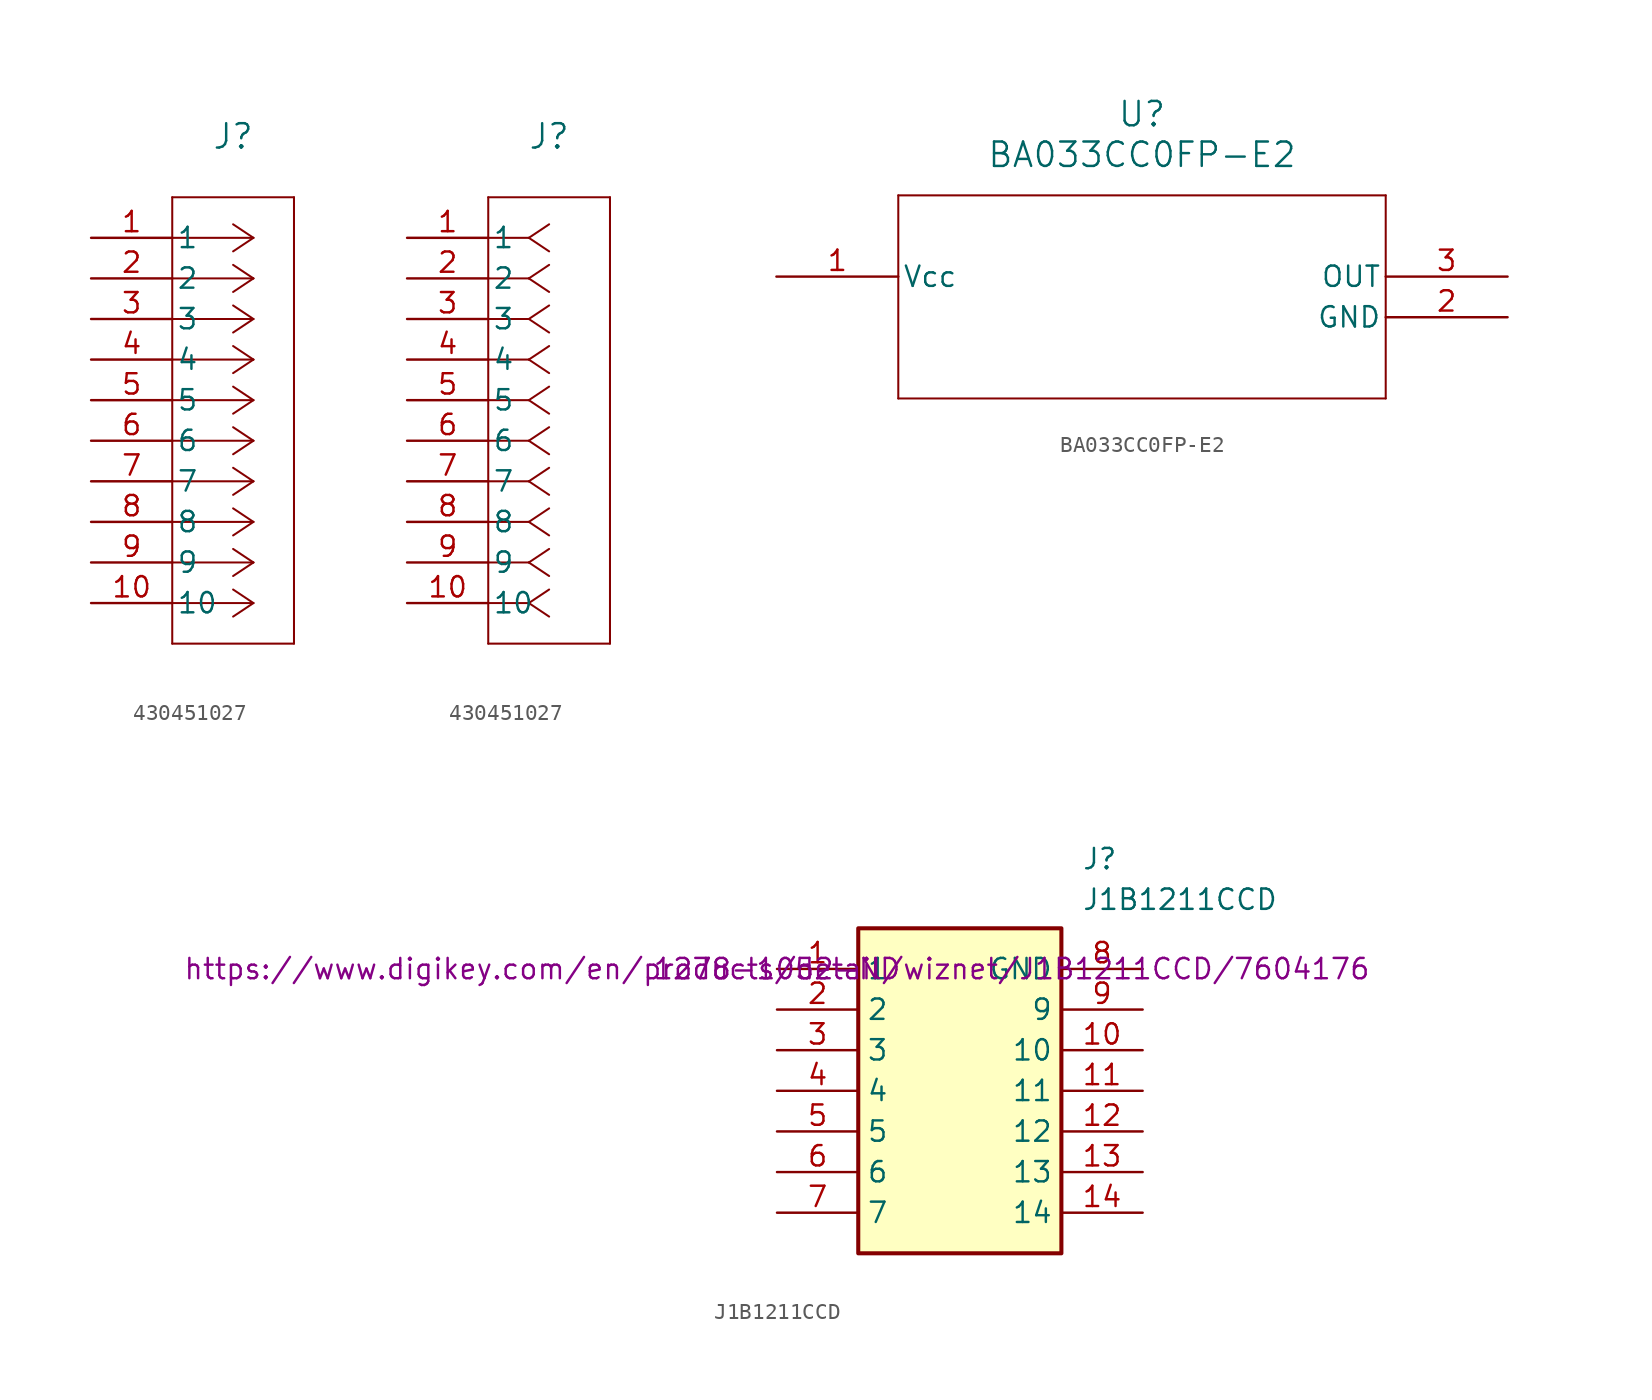
<source format=kicad_sym>
(kicad_symbol_lib
  (version 20231120)
  (generator "kicad_symbol_editor")
  (generator_version "8.0")
  (symbol "430451027"
    (pin_names
      (offset 0.254))
    (property "Reference" "J"
      (at 8.89 6.35 0)
      (effects (font (size 1.524 1.524))))
    (symbol "430451027_1_1"
      (polyline (pts (xy 5.08 -25.4) (xy 12.7 -25.4)) (stroke (width 0.127) (type default)) (fill (type none)))
      (polyline (pts (xy 5.08 2.54) (xy 5.08 -25.4)) (stroke (width 0.127) (type default)) (fill (type none)))
      (polyline (pts (xy 10.16 -22.86) (xy 5.08 -22.86)) (stroke (width 0.127) (type default)) (fill (type none)))
      (polyline (pts (xy 10.16 -22.86) (xy 8.89 -23.707)) (stroke (width 0.127) (type default)) (fill (type none)))
      (polyline (pts (xy 10.16 -22.86) (xy 8.89 -22.013)) (stroke (width 0.127) (type default)) (fill (type none)))
      (polyline (pts (xy 10.16 -20.32) (xy 5.08 -20.32)) (stroke (width 0.127) (type default)) (fill (type none)))
      (polyline (pts (xy 10.16 -20.32) (xy 8.89 -21.167)) (stroke (width 0.127) (type default)) (fill (type none)))
      (polyline (pts (xy 10.16 -20.32) (xy 8.89 -19.473)) (stroke (width 0.127) (type default)) (fill (type none)))
      (polyline (pts (xy 10.16 -17.78) (xy 5.08 -17.78)) (stroke (width 0.127) (type default)) (fill (type none)))
      (polyline (pts (xy 10.16 -17.78) (xy 8.89 -18.627)) (stroke (width 0.127) (type default)) (fill (type none)))
      (polyline (pts (xy 10.16 -17.78) (xy 8.89 -16.933)) (stroke (width 0.127) (type default)) (fill (type none)))
      (polyline (pts (xy 10.16 -15.24) (xy 5.08 -15.24)) (stroke (width 0.127) (type default)) (fill (type none)))
      (polyline (pts (xy 10.16 -15.24) (xy 8.89 -16.087)) (stroke (width 0.127) (type default)) (fill (type none)))
      (polyline (pts (xy 10.16 -15.24) (xy 8.89 -14.393)) (stroke (width 0.127) (type default)) (fill (type none)))
      (polyline (pts (xy 10.16 -12.7) (xy 5.08 -12.7)) (stroke (width 0.127) (type default)) (fill (type none)))
      (polyline (pts (xy 10.16 -12.7) (xy 8.89 -13.547)) (stroke (width 0.127) (type default)) (fill (type none)))
      (polyline (pts (xy 10.16 -12.7) (xy 8.89 -11.853)) (stroke (width 0.127) (type default)) (fill (type none)))
      (polyline (pts (xy 10.16 -10.16) (xy 5.08 -10.16)) (stroke (width 0.127) (type default)) (fill (type none)))
      (polyline (pts (xy 10.16 -10.16) (xy 8.89 -11.007)) (stroke (width 0.127) (type default)) (fill (type none)))
      (polyline (pts (xy 10.16 -10.16) (xy 8.89 -9.313)) (stroke (width 0.127) (type default)) (fill (type none)))
      (polyline (pts (xy 10.16 -7.62) (xy 5.08 -7.62)) (stroke (width 0.127) (type default)) (fill (type none)))
      (polyline (pts (xy 10.16 -7.62) (xy 8.89 -8.467)) (stroke (width 0.127) (type default)) (fill (type none)))
      (polyline (pts (xy 10.16 -7.62) (xy 8.89 -6.773)) (stroke (width 0.127) (type default)) (fill (type none)))
      (polyline (pts (xy 10.16 -5.08) (xy 5.08 -5.08)) (stroke (width 0.127) (type default)) (fill (type none)))
      (polyline (pts (xy 10.16 -5.08) (xy 8.89 -5.927)) (stroke (width 0.127) (type default)) (fill (type none)))
      (polyline (pts (xy 10.16 -5.08) (xy 8.89 -4.233)) (stroke (width 0.127) (type default)) (fill (type none)))
      (polyline (pts (xy 10.16 -2.54) (xy 5.08 -2.54)) (stroke (width 0.127) (type default)) (fill (type none)))
      (polyline (pts (xy 10.16 -2.54) (xy 8.89 -3.387)) (stroke (width 0.127) (type default)) (fill (type none)))
      (polyline (pts (xy 10.16 -2.54) (xy 8.89 -1.693)) (stroke (width 0.127) (type default)) (fill (type none)))
      (polyline (pts (xy 10.16 0) (xy 5.08 0)) (stroke (width 0.127) (type default)) (fill (type none)))
      (polyline (pts (xy 10.16 0) (xy 8.89 -0.847)) (stroke (width 0.127) (type default)) (fill (type none)))
      (polyline (pts (xy 10.16 0) (xy 8.89 0.847)) (stroke (width 0.127) (type default)) (fill (type none)))
      (polyline (pts (xy 12.7 -25.4) (xy 12.7 2.54)) (stroke (width 0.127) (type default)) (fill (type none)))
      (polyline (pts (xy 12.7 2.54) (xy 5.08 2.54)) (stroke (width 0.127) (type default)) (fill (type none)))
      (pin unspecified line (at 0 0 0) (length 5.08) (name "1" (effects (font (size 1.27 1.27)))) (number "1" (effects (font (size 1.27 1.27)))))
      (pin unspecified line (at 0 -22.86 0) (length 5.08) (name "10" (effects (font (size 1.27 1.27)))) (number "10" (effects (font (size 1.27 1.27)))))
      (pin unspecified line (at 0 -2.54 0) (length 5.08) (name "2" (effects (font (size 1.27 1.27)))) (number "2" (effects (font (size 1.27 1.27)))))
      (pin unspecified line (at 0 -5.08 0) (length 5.08) (name "3" (effects (font (size 1.27 1.27)))) (number "3" (effects (font (size 1.27 1.27)))))
      (pin unspecified line (at 0 -7.62 0) (length 5.08) (name "4" (effects (font (size 1.27 1.27)))) (number "4" (effects (font (size 1.27 1.27)))))
      (pin unspecified line (at 0 -10.16 0) (length 5.08) (name "5" (effects (font (size 1.27 1.27)))) (number "5" (effects (font (size 1.27 1.27)))))
      (pin unspecified line (at 0 -12.7 0) (length 5.08) (name "6" (effects (font (size 1.27 1.27)))) (number "6" (effects (font (size 1.27 1.27)))))
      (pin unspecified line (at 0 -15.24 0) (length 5.08) (name "7" (effects (font (size 1.27 1.27)))) (number "7" (effects (font (size 1.27 1.27)))))
      (pin unspecified line (at 0 -17.78 0) (length 5.08) (name "8" (effects (font (size 1.27 1.27)))) (number "8" (effects (font (size 1.27 1.27)))))
      (pin unspecified line (at 0 -20.32 0) (length 5.08) (name "9" (effects (font (size 1.27 1.27)))) (number "9" (effects (font (size 1.27 1.27))))))
    (symbol "430451027_1_2"
      (polyline (pts (xy 5.08 -25.4) (xy 12.7 -25.4)) (stroke (width 0.127) (type default)) (fill (type none)))
      (polyline (pts (xy 5.08 2.54) (xy 5.08 -25.4)) (stroke (width 0.127) (type default)) (fill (type none)))
      (polyline (pts (xy 7.62 -22.86) (xy 5.08 -22.86)) (stroke (width 0.127) (type default)) (fill (type none)))
      (polyline (pts (xy 7.62 -22.86) (xy 8.89 -23.707)) (stroke (width 0.127) (type default)) (fill (type none)))
      (polyline (pts (xy 7.62 -22.86) (xy 8.89 -22.013)) (stroke (width 0.127) (type default)) (fill (type none)))
      (polyline (pts (xy 7.62 -20.32) (xy 5.08 -20.32)) (stroke (width 0.127) (type default)) (fill (type none)))
      (polyline (pts (xy 7.62 -20.32) (xy 8.89 -21.167)) (stroke (width 0.127) (type default)) (fill (type none)))
      (polyline (pts (xy 7.62 -20.32) (xy 8.89 -19.473)) (stroke (width 0.127) (type default)) (fill (type none)))
      (polyline (pts (xy 7.62 -17.78) (xy 5.08 -17.78)) (stroke (width 0.127) (type default)) (fill (type none)))
      (polyline (pts (xy 7.62 -17.78) (xy 8.89 -18.627)) (stroke (width 0.127) (type default)) (fill (type none)))
      (polyline (pts (xy 7.62 -17.78) (xy 8.89 -16.933)) (stroke (width 0.127) (type default)) (fill (type none)))
      (polyline (pts (xy 7.62 -15.24) (xy 5.08 -15.24)) (stroke (width 0.127) (type default)) (fill (type none)))
      (polyline (pts (xy 7.62 -15.24) (xy 8.89 -16.087)) (stroke (width 0.127) (type default)) (fill (type none)))
      (polyline (pts (xy 7.62 -15.24) (xy 8.89 -14.393)) (stroke (width 0.127) (type default)) (fill (type none)))
      (polyline (pts (xy 7.62 -12.7) (xy 5.08 -12.7)) (stroke (width 0.127) (type default)) (fill (type none)))
      (polyline (pts (xy 7.62 -12.7) (xy 8.89 -13.547)) (stroke (width 0.127) (type default)) (fill (type none)))
      (polyline (pts (xy 7.62 -12.7) (xy 8.89 -11.853)) (stroke (width 0.127) (type default)) (fill (type none)))
      (polyline (pts (xy 7.62 -10.16) (xy 5.08 -10.16)) (stroke (width 0.127) (type default)) (fill (type none)))
      (polyline (pts (xy 7.62 -10.16) (xy 8.89 -11.007)) (stroke (width 0.127) (type default)) (fill (type none)))
      (polyline (pts (xy 7.62 -10.16) (xy 8.89 -9.313)) (stroke (width 0.127) (type default)) (fill (type none)))
      (polyline (pts (xy 7.62 -7.62) (xy 5.08 -7.62)) (stroke (width 0.127) (type default)) (fill (type none)))
      (polyline (pts (xy 7.62 -7.62) (xy 8.89 -8.467)) (stroke (width 0.127) (type default)) (fill (type none)))
      (polyline (pts (xy 7.62 -7.62) (xy 8.89 -6.773)) (stroke (width 0.127) (type default)) (fill (type none)))
      (polyline (pts (xy 7.62 -5.08) (xy 5.08 -5.08)) (stroke (width 0.127) (type default)) (fill (type none)))
      (polyline (pts (xy 7.62 -5.08) (xy 8.89 -5.927)) (stroke (width 0.127) (type default)) (fill (type none)))
      (polyline (pts (xy 7.62 -5.08) (xy 8.89 -4.233)) (stroke (width 0.127) (type default)) (fill (type none)))
      (polyline (pts (xy 7.62 -2.54) (xy 5.08 -2.54)) (stroke (width 0.127) (type default)) (fill (type none)))
      (polyline (pts (xy 7.62 -2.54) (xy 8.89 -3.387)) (stroke (width 0.127) (type default)) (fill (type none)))
      (polyline (pts (xy 7.62 -2.54) (xy 8.89 -1.693)) (stroke (width 0.127) (type default)) (fill (type none)))
      (polyline (pts (xy 7.62 0) (xy 5.08 0)) (stroke (width 0.127) (type default)) (fill (type none)))
      (polyline (pts (xy 7.62 0) (xy 8.89 -0.847)) (stroke (width 0.127) (type default)) (fill (type none)))
      (polyline (pts (xy 7.62 0) (xy 8.89 0.847)) (stroke (width 0.127) (type default)) (fill (type none)))
      (polyline (pts (xy 12.7 -25.4) (xy 12.7 2.54)) (stroke (width 0.127) (type default)) (fill (type none)))
      (polyline (pts (xy 12.7 2.54) (xy 5.08 2.54)) (stroke (width 0.127) (type default)) (fill (type none)))
      (pin unspecified line (at 0 0 0) (length 5.08) (name "1" (effects (font (size 1.27 1.27)))) (number "1" (effects (font (size 1.27 1.27)))))
      (pin unspecified line (at 0 -22.86 0) (length 5.08) (name "10" (effects (font (size 1.27 1.27)))) (number "10" (effects (font (size 1.27 1.27)))))
      (pin unspecified line (at 0 -2.54 0) (length 5.08) (name "2" (effects (font (size 1.27 1.27)))) (number "2" (effects (font (size 1.27 1.27)))))
      (pin unspecified line (at 0 -5.08 0) (length 5.08) (name "3" (effects (font (size 1.27 1.27)))) (number "3" (effects (font (size 1.27 1.27)))))
      (pin unspecified line (at 0 -7.62 0) (length 5.08) (name "4" (effects (font (size 1.27 1.27)))) (number "4" (effects (font (size 1.27 1.27)))))
      (pin unspecified line (at 0 -10.16 0) (length 5.08) (name "5" (effects (font (size 1.27 1.27)))) (number "5" (effects (font (size 1.27 1.27)))))
      (pin unspecified line (at 0 -12.7 0) (length 5.08) (name "6" (effects (font (size 1.27 1.27)))) (number "6" (effects (font (size 1.27 1.27)))))
      (pin unspecified line (at 0 -15.24 0) (length 5.08) (name "7" (effects (font (size 1.27 1.27)))) (number "7" (effects (font (size 1.27 1.27)))))
      (pin unspecified line (at 0 -17.78 0) (length 5.08) (name "8" (effects (font (size 1.27 1.27)))) (number "8" (effects (font (size 1.27 1.27)))))
      (pin unspecified line (at 0 -20.32 0) (length 5.08) (name "9" (effects (font (size 1.27 1.27)))) (number "9" (effects (font (size 1.27 1.27)))))))
  (symbol "BA033CC0FP-E2"
    (pin_names
      (offset 0.254))
    (property "Reference" "U"
      (at 22.86 10.16 0)
      (effects (font (size 1.524 1.524))))
    (property "Value" "BA033CC0FP-E2"
      (at 22.86 7.62 0)
      (effects (font (size 1.524 1.524))))
    (symbol "BA033CC0FP-E2_0_1"
      (polyline (pts (xy 7.62 -7.62) (xy 38.1 -7.62)) (stroke (width 0.127) (type default)) (fill (type none)))
      (polyline (pts (xy 7.62 5.08) (xy 7.62 -7.62)) (stroke (width 0.127) (type default)) (fill (type none)))
      (polyline (pts (xy 38.1 -7.62) (xy 38.1 5.08)) (stroke (width 0.127) (type default)) (fill (type none)))
      (polyline (pts (xy 38.1 5.08) (xy 7.62 5.08)) (stroke (width 0.127) (type default)) (fill (type none)))
      (pin power_in line (at 0 0 0) (length 7.62) (name "Vcc" (effects (font (size 1.27 1.27)))) (number "1" (effects (font (size 1.27 1.27)))))
      (pin output line (at 45.72 0 180) (length 7.62) (name "OUT" (effects (font (size 1.27 1.27)))) (number "3" (effects (font (size 1.27 1.27))))))
    (symbol "BA033CC0FP-E2_1_1"
      (pin output line (at 45.72 -2.54 180) (length 7.62) (name "GND" (effects (font (size 1.27 1.27)))) (number "2" (effects (font (size 1.27 1.27)))))))
  (symbol "J1B1211CCD"
    (property "Reference" "J"
      (at 19.05 7.62 0)
      (effects (font (size 1.27 1.27)) (justify left top)))
    (property "Value" "J1B1211CCD"
      (at 19.05 5.08 0)
      (effects (font (size 1.27 1.27)) (justify left top)))
    (property "Supplier 1" "https://www.digikey.com/en/products/detail/wiznet/J1B1211CCD/7604176"
      (at 0 0 0)
      (effects (font (size 1.27 1.27))))
    (property "Supplier 1 S/N" "1278-1052-ND"
      (at 0 0 0)
      (effects (font (size 1.27 1.27))))
    (symbol "J1B1211CCD_1_1"
      (rectangle (start 5.08 2.54) (end 17.78 -17.78) (stroke (width 0.254) (type default)) (fill (type background)))
      (pin passive line (at 0 0 0) (length 5.08) (name "1" (effects (font (size 1.27 1.27)))) (number "1" (effects (font (size 1.27 1.27)))))
      (pin passive line (at 22.86 -5.08 180) (length 5.08) (name "10" (effects (font (size 1.27 1.27)))) (number "10" (effects (font (size 1.27 1.27)))))
      (pin passive line (at 22.86 -7.62 180) (length 5.08) (name "11" (effects (font (size 1.27 1.27)))) (number "11" (effects (font (size 1.27 1.27)))))
      (pin passive line (at 22.86 -10.16 180) (length 5.08) (name "12" (effects (font (size 1.27 1.27)))) (number "12" (effects (font (size 1.27 1.27)))))
      (pin passive line (at 22.86 -12.7 180) (length 5.08) (name "13" (effects (font (size 1.27 1.27)))) (number "13" (effects (font (size 1.27 1.27)))))
      (pin passive line (at 22.86 -15.24 180) (length 5.08) (name "14" (effects (font (size 1.27 1.27)))) (number "14" (effects (font (size 1.27 1.27)))))
      (pin passive line (at 0 -2.54 0) (length 5.08) (name "2" (effects (font (size 1.27 1.27)))) (number "2" (effects (font (size 1.27 1.27)))))
      (pin passive line (at 0 -5.08 0) (length 5.08) (name "3" (effects (font (size 1.27 1.27)))) (number "3" (effects (font (size 1.27 1.27)))))
      (pin passive line (at 0 -7.62 0) (length 5.08) (name "4" (effects (font (size 1.27 1.27)))) (number "4" (effects (font (size 1.27 1.27)))))
      (pin passive line (at 0 -10.16 0) (length 5.08) (name "5" (effects (font (size 1.27 1.27)))) (number "5" (effects (font (size 1.27 1.27)))))
      (pin passive line (at 0 -12.7 0) (length 5.08) (name "6" (effects (font (size 1.27 1.27)))) (number "6" (effects (font (size 1.27 1.27)))))
      (pin passive line (at 0 -15.24 0) (length 5.08) (name "7" (effects (font (size 1.27 1.27)))) (number "7" (effects (font (size 1.27 1.27)))))
      (pin passive line (at 22.86 0 180) (length 5.08) (name "GND" (effects (font (size 1.27 1.27)))) (number "8" (effects (font (size 1.27 1.27)))))
      (pin passive line (at 22.86 -2.54 180) (length 5.08) (name "9" (effects (font (size 1.27 1.27)))) (number "9" (effects (font (size 1.27 1.27))))))))
</source>
